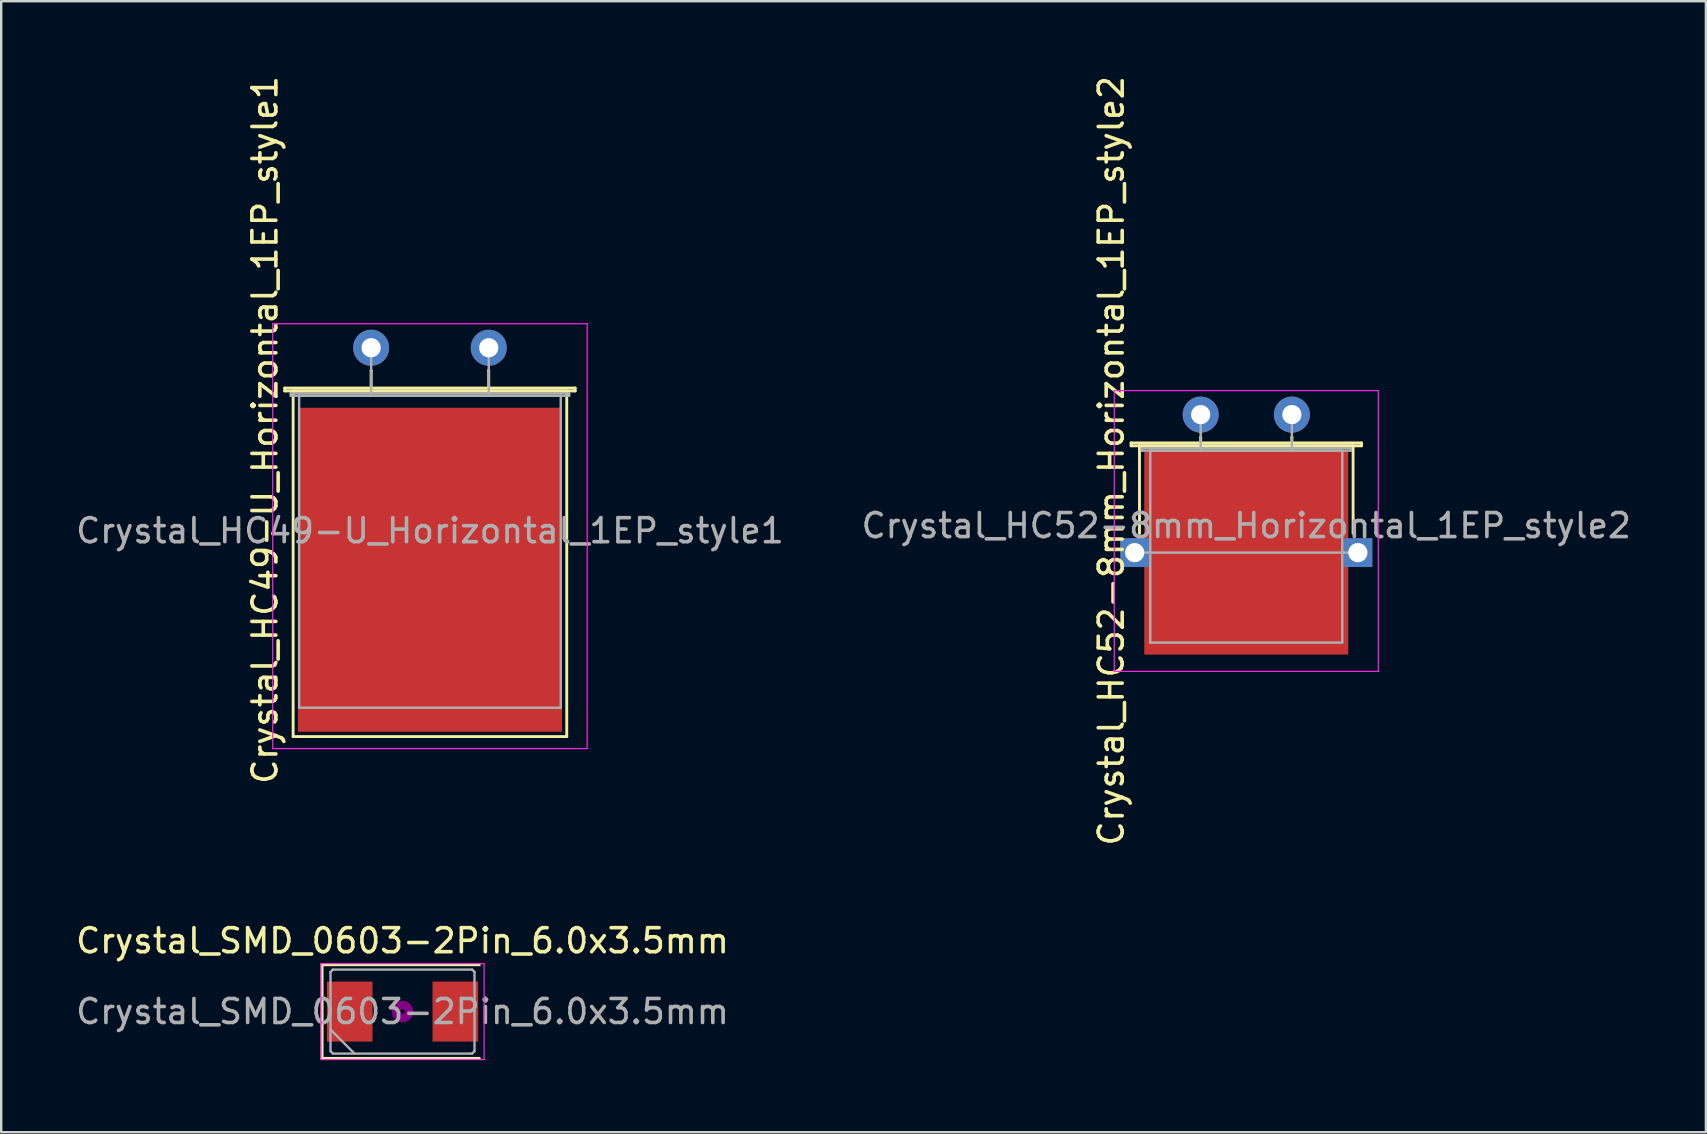
<source format=kicad_pcb>
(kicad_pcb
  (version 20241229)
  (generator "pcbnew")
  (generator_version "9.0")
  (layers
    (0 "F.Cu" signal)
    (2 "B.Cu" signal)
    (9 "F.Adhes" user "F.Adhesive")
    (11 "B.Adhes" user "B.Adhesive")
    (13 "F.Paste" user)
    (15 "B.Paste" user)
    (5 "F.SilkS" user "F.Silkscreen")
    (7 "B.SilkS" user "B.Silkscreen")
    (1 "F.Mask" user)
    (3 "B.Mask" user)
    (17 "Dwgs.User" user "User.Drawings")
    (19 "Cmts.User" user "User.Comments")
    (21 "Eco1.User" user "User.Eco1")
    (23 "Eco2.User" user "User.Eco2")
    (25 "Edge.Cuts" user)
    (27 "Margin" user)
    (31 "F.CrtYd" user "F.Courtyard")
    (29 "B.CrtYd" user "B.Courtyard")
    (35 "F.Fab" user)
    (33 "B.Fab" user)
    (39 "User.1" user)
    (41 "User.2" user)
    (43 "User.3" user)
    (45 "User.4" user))
  (footprint "Crystal_HC52-8mm_Horizontal_1EP_style2"
    (layer "F.Cu")
    (at 46.975 14.224)
    (property "Reference" "Crystal_HC52-8mm_Horizontal_1EP_style2" (at -3.725 1.925 90) (layer "F.SilkS") (effects (font (size 1 1) (thickness 0.15))))
    (attr through_hole)
    (fp_line (start -2.9 1.18) (end 6.7 1.18) (stroke (width 0.12) (type solid)) (layer "F.SilkS"))
    (fp_line (start -2.9 1.3) (end -2.9 1.18) (stroke (width 0.12) (type solid)) (layer "F.SilkS"))
    (fp_line (start -2.55 1.3) (end 6.35 1.3) (stroke (width 0.12) (type solid)) (layer "F.SilkS"))
    (fp_line (start -2.55 4.95) (end -2.55 1.3) (stroke (width 0.12) (type solid)) (layer "F.SilkS"))
    (fp_line (start 0 0.95) (end 0 0.95) (stroke (width 0.12) (type solid)) (layer "F.SilkS"))
    (fp_line (start 0 1.3) (end 0 0.95) (stroke (width 0.12) (type solid)) (layer "F.SilkS"))
    (fp_line (start 3.8 0.95) (end 3.8 0.95) (stroke (width 0.12) (type solid)) (layer "F.SilkS"))
    (fp_line (start 3.8 1.3) (end 3.8 0.95) (stroke (width 0.12) (type solid)) (layer "F.SilkS"))
    (fp_line (start 6.35 1.3) (end 6.35 4.95) (stroke (width 0.12) (type solid)) (layer "F.SilkS"))
    (fp_line (start 6.7 1.18) (end 6.7 1.3) (stroke (width 0.12) (type solid)) (layer "F.SilkS"))
    (fp_line (start 6.7 1.3) (end -2.9 1.3) (stroke (width 0.12) (type solid)) (layer "F.SilkS"))
    (fp_line (start -3.6 -1) (end -3.6 10.7) (stroke (width 0.05) (type solid)) (layer "F.CrtYd"))
    (fp_line (start -3.6 10.7) (end 7.4 10.7) (stroke (width 0.05) (type solid)) (layer "F.CrtYd"))
    (fp_line (start 7.4 -1) (end -3.6 -1) (stroke (width 0.05) (type solid)) (layer "F.CrtYd"))
    (fp_line (start 7.4 10.7) (end 7.4 -1) (stroke (width 0.05) (type solid)) (layer "F.CrtYd"))
    (fp_line (start -2.75 5.75) (end 6.55 5.75) (stroke (width 0.1) (type solid)) (layer "F.Fab"))
    (fp_line (start -2.45 1.4) (end 6.25 1.4) (stroke (width 0.1) (type solid)) (layer "F.Fab"))
    (fp_line (start -2.45 1.5) (end -2.45 1.4) (stroke (width 0.1) (type solid)) (layer "F.Fab"))
    (fp_line (start -2.1 1.5) (end -2.1 9.5) (stroke (width 0.1) (type solid)) (layer "F.Fab"))
    (fp_line (start -2.1 9.5) (end 5.9 9.5) (stroke (width 0.1) (type solid)) (layer "F.Fab"))
    (fp_line (start 0 0.75) (end 0 0) (stroke (width 0.1) (type solid)) (layer "F.Fab"))
    (fp_line (start 0 1.5) (end 0 0.75) (stroke (width 0.1) (type solid)) (layer "F.Fab"))
    (fp_line (start 3.8 0.75) (end 3.8 0) (stroke (width 0.1) (type solid)) (layer "F.Fab"))
    (fp_line (start 3.8 1.5) (end 3.8 0.75) (stroke (width 0.1) (type solid)) (layer "F.Fab"))
    (fp_line (start 5.9 1.5) (end -2.1 1.5) (stroke (width 0.1) (type solid)) (layer "F.Fab"))
    (fp_line (start 5.9 9.5) (end 5.9 1.5) (stroke (width 0.1) (type solid)) (layer "F.Fab"))
    (fp_line (start 6.25 1.4) (end 6.25 1.5) (stroke (width 0.1) (type solid)) (layer "F.Fab"))
    (fp_line (start 6.25 1.5) (end -2.45 1.5) (stroke (width 0.1) (type solid)) (layer "F.Fab"))
    (fp_text user "${REFERENCE}" (at 1.9 4.625 0) (layer "F.Fab") (effects (font (size 1 1) (thickness 0.15))))
    (pad "1" thru_hole circle (at 0 0) (size 1.5 1.5) (drill 0.8) (layers "*.Cu" "*.Mask"))
    (pad "2" thru_hole circle (at 3.8 0) (size 1.5 1.5) (drill 0.8) (layers "*.Cu" "*.Mask"))
    (pad "3" thru_hole rect (at -2.75 5.75) (size 1.2 1.2) (drill 0.8) (layers "*.Cu" "*.Mask"))
    (pad "3" smd rect (at 1.9 5.75) (size 8.5 8.5) (layers "F.Cu" "F.Mask" "F.Paste"))
    (pad "3" thru_hole rect (at 6.55 5.75) (size 1.2 1.2) (drill 0.8) (layers "*.Cu" "*.Mask")))
  (footprint "Crystal_SMD_0603-2Pin_6.0x3.5mm"
    (layer "F.Cu")
    (at 13.72 39.096)
    (property "Reference" "Crystal_SMD_0603-2Pin_6.0x3.5mm" (at 0 -2.95 0) (layer "F.SilkS") (effects (font (size 1 1) (thickness 0.15))))
    (attr smd)
    (fp_line (start -3.35 -1.95) (end -3.35 1.95) (stroke (width 0.12) (type solid)) (layer "F.SilkS"))
    (fp_line (start -3.35 1.95) (end 3.2 1.95) (stroke (width 0.12) (type solid)) (layer "F.SilkS"))
    (fp_line (start 3.2 -1.95) (end -3.35 -1.95) (stroke (width 0.12) (type solid)) (layer "F.SilkS"))
    (fp_circle (center 0 0) (end 0.093 0) (stroke (width 0.187) (type solid)) (fill no) (layer "F.Adhes"))
    (fp_circle (center 0 0) (end 0.213 0) (stroke (width 0.133) (type solid)) (fill no) (layer "F.Adhes"))
    (fp_circle (center 0 0) (end 0.333 0) (stroke (width 0.133) (type solid)) (fill no) (layer "F.Adhes"))
    (fp_circle (center 0 0) (end 0.4 0) (stroke (width 0.1) (type solid)) (fill no) (layer "F.Adhes"))
    (fp_line (start -3.4 -2) (end -3.4 2) (stroke (width 0.05) (type solid)) (layer "F.CrtYd"))
    (fp_line (start -3.4 2) (end 3.4 2) (stroke (width 0.05) (type solid)) (layer "F.CrtYd"))
    (fp_line (start 3.4 -2) (end -3.4 -2) (stroke (width 0.05) (type solid)) (layer "F.CrtYd"))
    (fp_line (start 3.4 2) (end 3.4 -2) (stroke (width 0.05) (type solid)) (layer "F.CrtYd"))
    (fp_line (start -3 -1.65) (end -2.9 -1.75) (stroke (width 0.1) (type solid)) (layer "F.Fab"))
    (fp_line (start -3 0.75) (end -2 1.75) (stroke (width 0.1) (type solid)) (layer "F.Fab"))
    (fp_line (start -3 1.65) (end -3 -1.65) (stroke (width 0.1) (type solid)) (layer "F.Fab"))
    (fp_line (start -2.9 -1.75) (end 2.9 -1.75) (stroke (width 0.1) (type solid)) (layer "F.Fab"))
    (fp_line (start -2.9 1.75) (end -3 1.65) (stroke (width 0.1) (type solid)) (layer "F.Fab"))
    (fp_line (start 2.9 -1.75) (end 3 -1.65) (stroke (width 0.1) (type solid)) (layer "F.Fab"))
    (fp_line (start 2.9 1.75) (end -2.9 1.75) (stroke (width 0.1) (type solid)) (layer "F.Fab"))
    (fp_line (start 3 -1.65) (end 3 1.65) (stroke (width 0.1) (type solid)) (layer "F.Fab"))
    (fp_line (start 3 1.65) (end 2.9 1.75) (stroke (width 0.1) (type solid)) (layer "F.Fab"))
    (fp_text user "${REFERENCE}" (at 0 0 0) (layer "F.Fab") (effects (font (size 1 1) (thickness 0.15))))
    (pad "1" smd rect (at -2.2 0) (size 1.9 2.5) (layers "F.Cu" "F.Mask" "F.Paste"))
    (pad "2" smd rect (at 2.2 0) (size 1.9 2.5) (layers "F.Cu" "F.Mask" "F.Paste")))
  (footprint "Crystal_HC49-U_Horizontal_1EP_style1"
    (layer "F.Cu")
    (at 12.413 11.438)
    (property "Reference" "Crystal_HC49-U_Horizontal_1EP_style1" (at -4.425 3.425 90) (layer "F.SilkS") (effects (font (size 1 1) (thickness 0.15))))
    (attr through_hole)
    (fp_line (start -3.6 1.68) (end 8.5 1.68) (stroke (width 0.12) (type solid)) (layer "F.SilkS"))
    (fp_line (start -3.6 1.8) (end -3.6 1.68) (stroke (width 0.12) (type solid)) (layer "F.SilkS"))
    (fp_line (start -3.25 1.8) (end -3.25 16.2) (stroke (width 0.12) (type solid)) (layer "F.SilkS"))
    (fp_line (start -3.25 16.2) (end 8.15 16.2) (stroke (width 0.12) (type solid)) (layer "F.SilkS"))
    (fp_line (start 0 0.95) (end 0 0.95) (stroke (width 0.12) (type solid)) (layer "F.SilkS"))
    (fp_line (start 0 1.8) (end 0 0.95) (stroke (width 0.12) (type solid)) (layer "F.SilkS"))
    (fp_line (start 4.9 0.95) (end 4.9 0.95) (stroke (width 0.12) (type solid)) (layer "F.SilkS"))
    (fp_line (start 4.9 1.8) (end 4.9 0.95) (stroke (width 0.12) (type solid)) (layer "F.SilkS"))
    (fp_line (start 8.15 1.8) (end -3.25 1.8) (stroke (width 0.12) (type solid)) (layer "F.SilkS"))
    (fp_line (start 8.15 16.2) (end 8.15 1.8) (stroke (width 0.12) (type solid)) (layer "F.SilkS"))
    (fp_line (start 8.5 1.68) (end 8.5 1.8) (stroke (width 0.12) (type solid)) (layer "F.SilkS"))
    (fp_line (start 8.5 1.8) (end -3.6 1.8) (stroke (width 0.12) (type solid)) (layer "F.SilkS"))
    (fp_line (start -4.1 -1) (end -4.1 16.7) (stroke (width 0.05) (type solid)) (layer "F.CrtYd"))
    (fp_line (start -4.1 16.7) (end 9 16.7) (stroke (width 0.05) (type solid)) (layer "F.CrtYd"))
    (fp_line (start 9 -1) (end -4.1 -1) (stroke (width 0.05) (type solid)) (layer "F.CrtYd"))
    (fp_line (start 9 16.7) (end 9 -1) (stroke (width 0.05) (type solid)) (layer "F.CrtYd"))
    (fp_line (start -3.35 1.9) (end 8.25 1.9) (stroke (width 0.1) (type solid)) (layer "F.Fab"))
    (fp_line (start -3.35 2) (end -3.35 1.9) (stroke (width 0.1) (type solid)) (layer "F.Fab"))
    (fp_line (start -3 2) (end -3 15) (stroke (width 0.1) (type solid)) (layer "F.Fab"))
    (fp_line (start -3 15) (end 7.9 15) (stroke (width 0.1) (type solid)) (layer "F.Fab"))
    (fp_line (start 0 1) (end 0 0) (stroke (width 0.1) (type solid)) (layer "F.Fab"))
    (fp_line (start 0 2) (end 0 1) (stroke (width 0.1) (type solid)) (layer "F.Fab"))
    (fp_line (start 4.9 1) (end 4.9 0) (stroke (width 0.1) (type solid)) (layer "F.Fab"))
    (fp_line (start 4.9 2) (end 4.9 1) (stroke (width 0.1) (type solid)) (layer "F.Fab"))
    (fp_line (start 7.9 2) (end -3 2) (stroke (width 0.1) (type solid)) (layer "F.Fab"))
    (fp_line (start 7.9 15) (end 7.9 2) (stroke (width 0.1) (type solid)) (layer "F.Fab"))
    (fp_line (start 8.25 1.9) (end 8.25 2) (stroke (width 0.1) (type solid)) (layer "F.Fab"))
    (fp_line (start 8.25 2) (end -3.35 2) (stroke (width 0.1) (type solid)) (layer "F.Fab"))
    (fp_text user "${REFERENCE}" (at 2.45 7.625 0) (layer "F.Fab") (effects (font (size 1 1) (thickness 0.15))))
    (pad "1" thru_hole circle (at 0 0) (size 1.5 1.5) (drill 0.8) (layers "*.Cu" "*.Mask"))
    (pad "2" thru_hole circle (at 4.9 0) (size 1.5 1.5) (drill 0.8) (layers "*.Cu" "*.Mask"))
    (pad "3" smd rect (at 2.45 9.25) (size 11 13.5) (layers "F.Cu" "F.Mask" "F.Paste")))
  (gr_rect
    (start -3 -3)
    (end 68.024 44.121)
    (stroke (width 0.1) (type default))
    (fill no)
    (layer "Edge.Cuts")))
</source>
